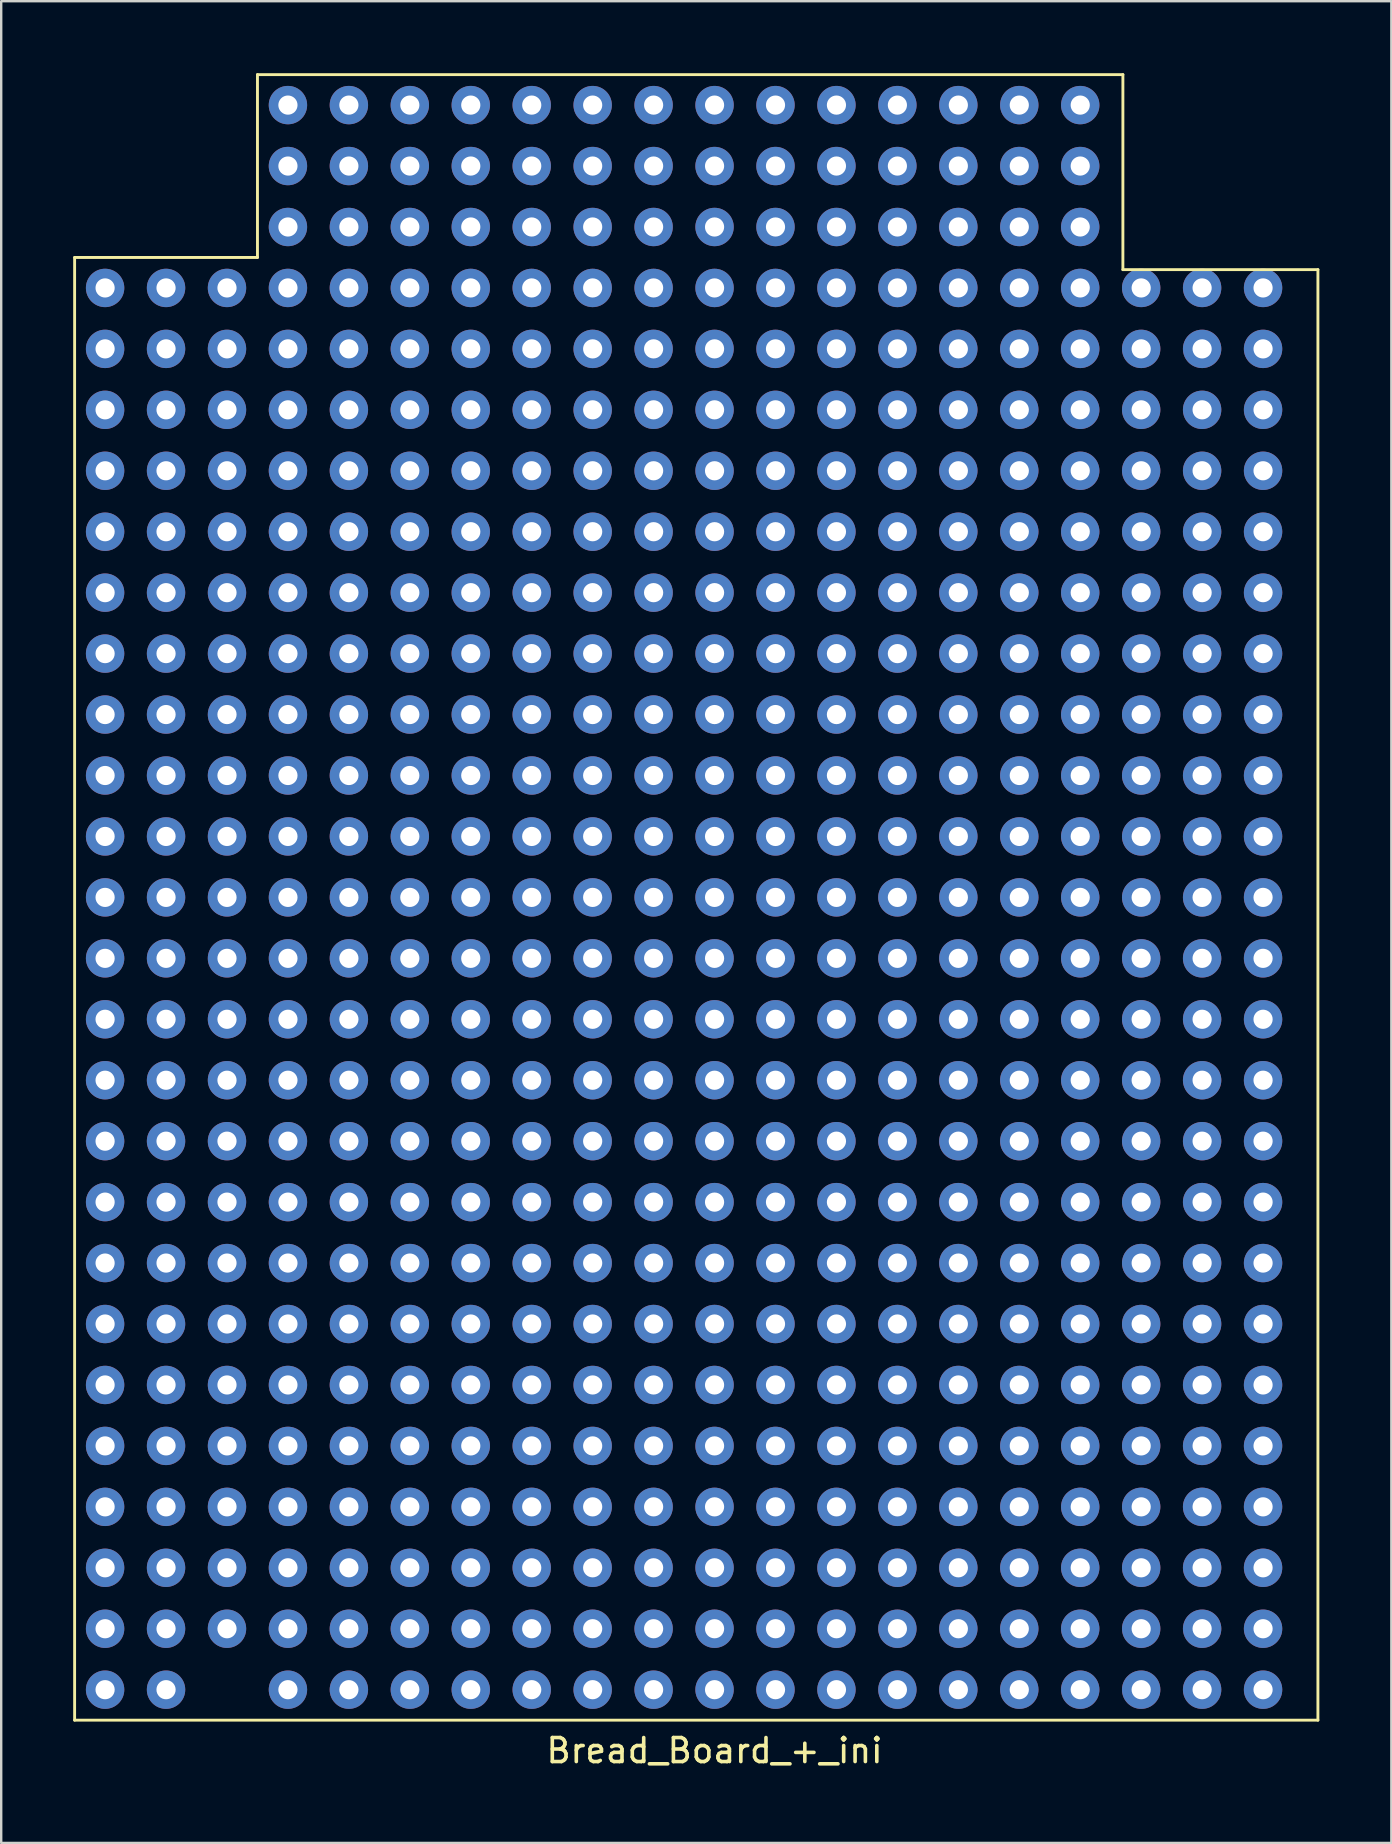
<source format=kicad_pcb>
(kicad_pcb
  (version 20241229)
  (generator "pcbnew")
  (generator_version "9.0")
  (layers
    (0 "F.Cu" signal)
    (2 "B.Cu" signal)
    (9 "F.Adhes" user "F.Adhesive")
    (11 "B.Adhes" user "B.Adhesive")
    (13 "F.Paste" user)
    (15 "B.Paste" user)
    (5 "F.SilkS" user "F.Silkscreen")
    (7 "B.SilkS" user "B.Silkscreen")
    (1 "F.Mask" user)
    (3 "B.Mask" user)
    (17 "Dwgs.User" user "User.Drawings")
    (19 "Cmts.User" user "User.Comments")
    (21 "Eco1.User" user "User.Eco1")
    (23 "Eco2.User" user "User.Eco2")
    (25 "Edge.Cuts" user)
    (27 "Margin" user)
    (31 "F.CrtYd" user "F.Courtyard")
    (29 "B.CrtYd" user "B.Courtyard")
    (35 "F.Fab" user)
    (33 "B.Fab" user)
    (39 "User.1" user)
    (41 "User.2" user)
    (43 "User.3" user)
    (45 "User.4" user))
  (footprint "Bread_Board_+_ini"
    (layer "F.Cu")
    (at 26.73 41.97)
    (property "Reference" "Bread_Board_+_ini" (at 0 27.94 0) (layer "F.SilkS") (effects (font (size 1 1) (thickness 0.15))))
    (attr through_hole)
    (fp_line (start -26.67 26.67) (end -26.67 -34.29) (stroke (width 0.12) (type solid)) (layer "F.SilkS"))
    (fp_line (start -19.05 -41.91) (end -19.05 -34.29) (stroke (width 0.12) (type solid)) (layer "F.SilkS"))
    (fp_line (start -19.05 -41.91) (end 17.018 -41.91) (stroke (width 0.12) (type solid)) (layer "F.SilkS"))
    (fp_line (start -19.05 -34.29) (end -26.67 -34.29) (stroke (width 0.12) (type solid)) (layer "F.SilkS"))
    (fp_line (start 17.018 -41.91) (end 17.018 -33.782) (stroke (width 0.12) (type solid)) (layer "F.SilkS"))
    (fp_line (start 17.018 -33.782) (end 25.146 -33.782) (stroke (width 0.12) (type solid)) (layer "F.SilkS"))
    (fp_line (start 25.146 -33.782) (end 25.146 26.67) (stroke (width 0.12) (type solid)) (layer "F.SilkS"))
    (fp_line (start 25.146 26.67) (end -26.67 26.67) (stroke (width 0.12) (type solid)) (layer "F.SilkS"))
    (pad "1" thru_hole circle (at -25.4 25.4) (size 1.6 1.6) (drill 0.8) (layers "*.Cu" "*.Mask"))
    (pad "2" thru_hole circle (at -25.4 22.86) (size 1.6 1.6) (drill 0.8) (layers "*.Cu" "*.Mask"))
    (pad "3" thru_hole circle (at -25.4 20.32) (size 1.6 1.6) (drill 0.8) (layers "*.Cu" "*.Mask"))
    (pad "4" thru_hole circle (at -25.4 17.78) (size 1.6 1.6) (drill 0.8) (layers "*.Cu" "*.Mask"))
    (pad "5" thru_hole circle (at -25.4 15.24) (size 1.6 1.6) (drill 0.8) (layers "*.Cu" "*.Mask"))
    (pad "6" thru_hole circle (at -25.4 12.7) (size 1.6 1.6) (drill 0.8) (layers "*.Cu" "*.Mask"))
    (pad "7" thru_hole circle (at -25.4 10.16) (size 1.6 1.6) (drill 0.8) (layers "*.Cu" "*.Mask"))
    (pad "8" thru_hole circle (at -25.4 7.62) (size 1.6 1.6) (drill 0.8) (layers "*.Cu" "*.Mask"))
    (pad "9" thru_hole circle (at -25.4 5.08) (size 1.6 1.6) (drill 0.8) (layers "*.Cu" "*.Mask"))
    (pad "10" thru_hole circle (at -25.4 2.54) (size 1.6 1.6) (drill 0.8) (layers "*.Cu" "*.Mask"))
    (pad "11" thru_hole circle (at -25.4 0) (size 1.6 1.6) (drill 0.8) (layers "*.Cu" "*.Mask"))
    (pad "12" thru_hole circle (at -25.4 -2.54) (size 1.6 1.6) (drill 0.8) (layers "*.Cu" "*.Mask"))
    (pad "13" thru_hole circle (at -25.4 -5.08) (size 1.6 1.6) (drill 0.8) (layers "*.Cu" "*.Mask"))
    (pad "14" thru_hole circle (at -25.4 -7.62) (size 1.6 1.6) (drill 0.8) (layers "*.Cu" "*.Mask"))
    (pad "15" thru_hole circle (at -25.4 -10.16) (size 1.6 1.6) (drill 0.8) (layers "*.Cu" "*.Mask"))
    (pad "16" thru_hole circle (at -25.4 -12.7) (size 1.6 1.6) (drill 0.8) (layers "*.Cu" "*.Mask"))
    (pad "17" thru_hole circle (at -25.4 -15.24) (size 1.6 1.6) (drill 0.8) (layers "*.Cu" "*.Mask"))
    (pad "18" thru_hole circle (at -25.4 -17.78) (size 1.6 1.6) (drill 0.8) (layers "*.Cu" "*.Mask"))
    (pad "19" thru_hole circle (at -25.4 -20.32) (size 1.6 1.6) (drill 0.8) (layers "*.Cu" "*.Mask"))
    (pad "20" thru_hole circle (at -25.4 -22.86) (size 1.6 1.6) (drill 0.8) (layers "*.Cu" "*.Mask"))
    (pad "21" thru_hole circle (at -25.4 -25.4) (size 1.6 1.6) (drill 0.8) (layers "*.Cu" "*.Mask"))
    (pad "22" thru_hole circle (at -25.4 -27.94) (size 1.6 1.6) (drill 0.8) (layers "*.Cu" "*.Mask"))
    (pad "23" thru_hole circle (at -25.4 -30.48) (size 1.6 1.6) (drill 0.8) (layers "*.Cu" "*.Mask"))
    (pad "24" thru_hole circle (at -25.4 -33.02) (size 1.6 1.6) (drill 0.8) (layers "*.Cu" "*.Mask"))
    (pad "31" thru_hole circle (at -22.86 -33.02) (size 1.6 1.6) (drill 0.8) (layers "*.Cu" "*.Mask"))
    (pad "32" thru_hole circle (at -22.86 -30.48) (size 1.6 1.6) (drill 0.8) (layers "*.Cu" "*.Mask"))
    (pad "33" thru_hole circle (at -22.86 -27.94) (size 1.6 1.6) (drill 0.8) (layers "*.Cu" "*.Mask"))
    (pad "34" thru_hole circle (at -22.86 -25.4) (size 1.6 1.6) (drill 0.8) (layers "*.Cu" "*.Mask"))
    (pad "35" thru_hole circle (at -22.86 -22.86) (size 1.6 1.6) (drill 0.8) (layers "*.Cu" "*.Mask"))
    (pad "36" thru_hole circle (at -22.86 -20.32) (size 1.6 1.6) (drill 0.8) (layers "*.Cu" "*.Mask"))
    (pad "37" thru_hole circle (at -22.86 -17.78) (size 1.6 1.6) (drill 0.8) (layers "*.Cu" "*.Mask"))
    (pad "38" thru_hole circle (at -22.86 -15.24) (size 1.6 1.6) (drill 0.8) (layers "*.Cu" "*.Mask"))
    (pad "39" thru_hole circle (at -22.86 -12.7) (size 1.6 1.6) (drill 0.8) (layers "*.Cu" "*.Mask"))
    (pad "40" thru_hole circle (at -22.86 -10.16) (size 1.6 1.6) (drill 0.8) (layers "*.Cu" "*.Mask"))
    (pad "41" thru_hole circle (at -22.86 -7.62) (size 1.6 1.6) (drill 0.8) (layers "*.Cu" "*.Mask"))
    (pad "42" thru_hole circle (at -22.86 -5.08) (size 1.6 1.6) (drill 0.8) (layers "*.Cu" "*.Mask"))
    (pad "43" thru_hole circle (at -22.86 -2.54) (size 1.6 1.6) (drill 0.8) (layers "*.Cu" "*.Mask"))
    (pad "44" thru_hole circle (at -22.86 0) (size 1.6 1.6) (drill 0.8) (layers "*.Cu" "*.Mask"))
    (pad "45" thru_hole circle (at -22.86 2.54) (size 1.6 1.6) (drill 0.8) (layers "*.Cu" "*.Mask"))
    (pad "46" thru_hole circle (at -22.86 5.08) (size 1.6 1.6) (drill 0.8) (layers "*.Cu" "*.Mask"))
    (pad "47" thru_hole circle (at -22.86 7.62) (size 1.6 1.6) (drill 0.8) (layers "*.Cu" "*.Mask"))
    (pad "48" thru_hole circle (at -22.86 10.16) (size 1.6 1.6) (drill 0.8) (layers "*.Cu" "*.Mask"))
    (pad "49" thru_hole circle (at -22.86 12.7) (size 1.6 1.6) (drill 0.8) (layers "*.Cu" "*.Mask"))
    (pad "50" thru_hole circle (at -22.86 15.24) (size 1.6 1.6) (drill 0.8) (layers "*.Cu" "*.Mask"))
    (pad "51" thru_hole circle (at -22.86 17.78) (size 1.6 1.6) (drill 0.8) (layers "*.Cu" "*.Mask"))
    (pad "52" thru_hole circle (at -22.86 20.32) (size 1.6 1.6) (drill 0.8) (layers "*.Cu" "*.Mask"))
    (pad "53" thru_hole circle (at -22.86 22.86) (size 1.6 1.6) (drill 0.8) (layers "*.Cu" "*.Mask"))
    (pad "54" thru_hole circle (at -22.86 25.4) (size 1.6 1.6) (drill 0.8) (layers "*.Cu" "*.Mask"))
    (pad "56" thru_hole circle (at -20.32 22.86) (size 1.6 1.6) (drill 0.8) (layers "*.Cu" "*.Mask"))
    (pad "57" thru_hole circle (at -20.32 20.32) (size 1.6 1.6) (drill 0.8) (layers "*.Cu" "*.Mask"))
    (pad "58" thru_hole circle (at -20.32 17.78) (size 1.6 1.6) (drill 0.8) (layers "*.Cu" "*.Mask"))
    (pad "59" thru_hole circle (at -20.32 15.24) (size 1.6 1.6) (drill 0.8) (layers "*.Cu" "*.Mask"))
    (pad "60" thru_hole circle (at -20.32 12.7) (size 1.6 1.6) (drill 0.8) (layers "*.Cu" "*.Mask"))
    (pad "61" thru_hole circle (at -20.32 10.16) (size 1.6 1.6) (drill 0.8) (layers "*.Cu" "*.Mask"))
    (pad "62" thru_hole circle (at -20.32 7.62) (size 1.6 1.6) (drill 0.8) (layers "*.Cu" "*.Mask"))
    (pad "63" thru_hole circle (at -20.32 5.08) (size 1.6 1.6) (drill 0.8) (layers "*.Cu" "*.Mask"))
    (pad "64" thru_hole circle (at -20.32 2.54) (size 1.6 1.6) (drill 0.8) (layers "*.Cu" "*.Mask"))
    (pad "65" thru_hole circle (at -20.32 0) (size 1.6 1.6) (drill 0.8) (layers "*.Cu" "*.Mask"))
    (pad "66" thru_hole circle (at -20.32 -2.54) (size 1.6 1.6) (drill 0.8) (layers "*.Cu" "*.Mask"))
    (pad "67" thru_hole circle (at -20.32 -5.08) (size 1.6 1.6) (drill 0.8) (layers "*.Cu" "*.Mask"))
    (pad "68" thru_hole circle (at -20.32 -7.62) (size 1.6 1.6) (drill 0.8) (layers "*.Cu" "*.Mask"))
    (pad "69" thru_hole circle (at -20.32 -10.16) (size 1.6 1.6) (drill 0.8) (layers "*.Cu" "*.Mask"))
    (pad "70" thru_hole circle (at -20.32 -12.7) (size 1.6 1.6) (drill 0.8) (layers "*.Cu" "*.Mask"))
    (pad "71" thru_hole circle (at -20.32 -15.24) (size 1.6 1.6) (drill 0.8) (layers "*.Cu" "*.Mask"))
    (pad "72" thru_hole circle (at -20.32 -17.78) (size 1.6 1.6) (drill 0.8) (layers "*.Cu" "*.Mask"))
    (pad "73" thru_hole circle (at -20.32 -20.32) (size 1.6 1.6) (drill 0.8) (layers "*.Cu" "*.Mask"))
    (pad "74" thru_hole circle (at -20.32 -22.86) (size 1.6 1.6) (drill 0.8) (layers "*.Cu" "*.Mask"))
    (pad "75" thru_hole circle (at -20.32 -25.4) (size 1.6 1.6) (drill 0.8) (layers "*.Cu" "*.Mask"))
    (pad "76" thru_hole circle (at -20.32 -27.94) (size 1.6 1.6) (drill 0.8) (layers "*.Cu" "*.Mask"))
    (pad "77" thru_hole circle (at -20.32 -30.48) (size 1.6 1.6) (drill 0.8) (layers "*.Cu" "*.Mask"))
    (pad "78" thru_hole circle (at -20.32 -33.02) (size 1.6 1.6) (drill 0.8) (layers "*.Cu" "*.Mask"))
    (pad "82" thru_hole circle (at -17.78 -40.64) (size 1.6 1.6) (drill 0.8) (layers "*.Cu" "*.Mask"))
    (pad "83" thru_hole circle (at -17.78 -38.1) (size 1.6 1.6) (drill 0.8) (layers "*.Cu" "*.Mask"))
    (pad "84" thru_hole circle (at -17.78 -35.56) (size 1.6 1.6) (drill 0.8) (layers "*.Cu" "*.Mask"))
    (pad "85" thru_hole circle (at -17.78 -33.02) (size 1.6 1.6) (drill 0.8) (layers "*.Cu" "*.Mask"))
    (pad "86" thru_hole circle (at -17.78 -30.48) (size 1.6 1.6) (drill 0.8) (layers "*.Cu" "*.Mask"))
    (pad "87" thru_hole circle (at -17.78 -27.94) (size 1.6 1.6) (drill 0.8) (layers "*.Cu" "*.Mask"))
    (pad "88" thru_hole circle (at -17.78 -25.4) (size 1.6 1.6) (drill 0.8) (layers "*.Cu" "*.Mask"))
    (pad "89" thru_hole circle (at -17.78 -22.86) (size 1.6 1.6) (drill 0.8) (layers "*.Cu" "*.Mask"))
    (pad "90" thru_hole circle (at -17.78 -20.32) (size 1.6 1.6) (drill 0.8) (layers "*.Cu" "*.Mask"))
    (pad "91" thru_hole circle (at -17.78 -17.78) (size 1.6 1.6) (drill 0.8) (layers "*.Cu" "*.Mask"))
    (pad "92" thru_hole circle (at -17.78 -15.24) (size 1.6 1.6) (drill 0.8) (layers "*.Cu" "*.Mask"))
    (pad "93" thru_hole circle (at -17.78 -12.7) (size 1.6 1.6) (drill 0.8) (layers "*.Cu" "*.Mask"))
    (pad "94" thru_hole circle (at -17.78 -10.16) (size 1.6 1.6) (drill 0.8) (layers "*.Cu" "*.Mask"))
    (pad "95" thru_hole circle (at -17.78 -7.62) (size 1.6 1.6) (drill 0.8) (layers "*.Cu" "*.Mask"))
    (pad "96" thru_hole circle (at -17.78 -5.08) (size 1.6 1.6) (drill 0.8) (layers "*.Cu" "*.Mask"))
    (pad "97" thru_hole circle (at -17.78 -2.54) (size 1.6 1.6) (drill 0.8) (layers "*.Cu" "*.Mask"))
    (pad "98" thru_hole circle (at -17.78 0) (size 1.6 1.6) (drill 0.8) (layers "*.Cu" "*.Mask"))
    (pad "99" thru_hole circle (at -17.78 2.54) (size 1.6 1.6) (drill 0.8) (layers "*.Cu" "*.Mask"))
    (pad "100" thru_hole circle (at -17.78 5.08) (size 1.6 1.6) (drill 0.8) (layers "*.Cu" "*.Mask"))
    (pad "101" thru_hole circle (at -17.78 7.62) (size 1.6 1.6) (drill 0.8) (layers "*.Cu" "*.Mask"))
    (pad "102" thru_hole circle (at -17.78 10.16) (size 1.6 1.6) (drill 0.8) (layers "*.Cu" "*.Mask"))
    (pad "103" thru_hole circle (at -17.78 12.7) (size 1.6 1.6) (drill 0.8) (layers "*.Cu" "*.Mask"))
    (pad "104" thru_hole circle (at -17.78 15.24) (size 1.6 1.6) (drill 0.8) (layers "*.Cu" "*.Mask"))
    (pad "105" thru_hole circle (at -17.78 17.78) (size 1.6 1.6) (drill 0.8) (layers "*.Cu" "*.Mask"))
    (pad "106" thru_hole circle (at -17.78 20.32) (size 1.6 1.6) (drill 0.8) (layers "*.Cu" "*.Mask"))
    (pad "107" thru_hole circle (at -17.78 22.86) (size 1.6 1.6) (drill 0.8) (layers "*.Cu" "*.Mask"))
    (pad "108" thru_hole circle (at -17.78 25.4) (size 1.6 1.6) (drill 0.8) (layers "*.Cu" "*.Mask"))
    (pad "109" thru_hole circle (at -15.24 25.4) (size 1.6 1.6) (drill 0.8) (layers "*.Cu" "*.Mask"))
    (pad "110" thru_hole circle (at -15.24 22.86) (size 1.6 1.6) (drill 0.8) (layers "*.Cu" "*.Mask"))
    (pad "111" thru_hole circle (at -15.24 20.32) (size 1.6 1.6) (drill 0.8) (layers "*.Cu" "*.Mask"))
    (pad "112" thru_hole circle (at -15.24 17.78) (size 1.6 1.6) (drill 0.8) (layers "*.Cu" "*.Mask"))
    (pad "113" thru_hole circle (at -15.24 15.24) (size 1.6 1.6) (drill 0.8) (layers "*.Cu" "*.Mask"))
    (pad "114" thru_hole circle (at -15.24 12.7) (size 1.6 1.6) (drill 0.8) (layers "*.Cu" "*.Mask"))
    (pad "115" thru_hole circle (at -15.24 10.16) (size 1.6 1.6) (drill 0.8) (layers "*.Cu" "*.Mask"))
    (pad "116" thru_hole circle (at -15.24 7.62) (size 1.6 1.6) (drill 0.8) (layers "*.Cu" "*.Mask"))
    (pad "117" thru_hole circle (at -15.24 5.08) (size 1.6 1.6) (drill 0.8) (layers "*.Cu" "*.Mask"))
    (pad "118" thru_hole circle (at -15.24 2.54) (size 1.6 1.6) (drill 0.8) (layers "*.Cu" "*.Mask"))
    (pad "119" thru_hole circle (at -15.24 0) (size 1.6 1.6) (drill 0.8) (layers "*.Cu" "*.Mask"))
    (pad "120" thru_hole circle (at -15.24 -2.54) (size 1.6 1.6) (drill 0.8) (layers "*.Cu" "*.Mask"))
    (pad "121" thru_hole circle (at -15.24 -5.08) (size 1.6 1.6) (drill 0.8) (layers "*.Cu" "*.Mask"))
    (pad "122" thru_hole circle (at -15.24 -7.62) (size 1.6 1.6) (drill 0.8) (layers "*.Cu" "*.Mask"))
    (pad "123" thru_hole circle (at -15.24 -10.16) (size 1.6 1.6) (drill 0.8) (layers "*.Cu" "*.Mask"))
    (pad "124" thru_hole circle (at -15.24 -12.7) (size 1.6 1.6) (drill 0.8) (layers "*.Cu" "*.Mask"))
    (pad "125" thru_hole circle (at -15.24 -15.24) (size 1.6 1.6) (drill 0.8) (layers "*.Cu" "*.Mask"))
    (pad "126" thru_hole circle (at -15.24 -17.78) (size 1.6 1.6) (drill 0.8) (layers "*.Cu" "*.Mask"))
    (pad "127" thru_hole circle (at -15.24 -20.32) (size 1.6 1.6) (drill 0.8) (layers "*.Cu" "*.Mask"))
    (pad "128" thru_hole circle (at -15.24 -22.86) (size 1.6 1.6) (drill 0.8) (layers "*.Cu" "*.Mask"))
    (pad "129" thru_hole circle (at -15.24 -25.4) (size 1.6 1.6) (drill 0.8) (layers "*.Cu" "*.Mask"))
    (pad "130" thru_hole circle (at -15.24 -27.94) (size 1.6 1.6) (drill 0.8) (layers "*.Cu" "*.Mask"))
    (pad "131" thru_hole circle (at -15.24 -30.48) (size 1.6 1.6) (drill 0.8) (layers "*.Cu" "*.Mask"))
    (pad "132" thru_hole circle (at -15.24 -33.02) (size 1.6 1.6) (drill 0.8) (layers "*.Cu" "*.Mask"))
    (pad "133" thru_hole circle (at -15.24 -35.56) (size 1.6 1.6) (drill 0.8) (layers "*.Cu" "*.Mask"))
    (pad "134" thru_hole circle (at -15.24 -38.1) (size 1.6 1.6) (drill 0.8) (layers "*.Cu" "*.Mask"))
    (pad "135" thru_hole circle (at -15.24 -40.64) (size 1.6 1.6) (drill 0.8) (layers "*.Cu" "*.Mask"))
    (pad "136" thru_hole circle (at -12.7 -40.64) (size 1.6 1.6) (drill 0.8) (layers "*.Cu" "*.Mask"))
    (pad "137" thru_hole circle (at -12.7 -38.1) (size 1.6 1.6) (drill 0.8) (layers "*.Cu" "*.Mask"))
    (pad "138" thru_hole circle (at -12.7 -35.56) (size 1.6 1.6) (drill 0.8) (layers "*.Cu" "*.Mask"))
    (pad "139" thru_hole circle (at -12.7 -33.02) (size 1.6 1.6) (drill 0.8) (layers "*.Cu" "*.Mask"))
    (pad "140" thru_hole circle (at -12.7 -30.48) (size 1.6 1.6) (drill 0.8) (layers "*.Cu" "*.Mask"))
    (pad "141" thru_hole circle (at -12.7 -27.94) (size 1.6 1.6) (drill 0.8) (layers "*.Cu" "*.Mask"))
    (pad "142" thru_hole circle (at -12.7 -25.4) (size 1.6 1.6) (drill 0.8) (layers "*.Cu" "*.Mask"))
    (pad "143" thru_hole circle (at -12.7 -22.86) (size 1.6 1.6) (drill 0.8) (layers "*.Cu" "*.Mask"))
    (pad "144" thru_hole circle (at -12.7 -20.32) (size 1.6 1.6) (drill 0.8) (layers "*.Cu" "*.Mask"))
    (pad "145" thru_hole circle (at -12.7 -17.78) (size 1.6 1.6) (drill 0.8) (layers "*.Cu" "*.Mask"))
    (pad "146" thru_hole circle (at -12.7 -15.24) (size 1.6 1.6) (drill 0.8) (layers "*.Cu" "*.Mask"))
    (pad "147" thru_hole circle (at -12.7 -12.7) (size 1.6 1.6) (drill 0.8) (layers "*.Cu" "*.Mask"))
    (pad "148" thru_hole circle (at -12.7 -10.16) (size 1.6 1.6) (drill 0.8) (layers "*.Cu" "*.Mask"))
    (pad "149" thru_hole circle (at -12.7 -7.62) (size 1.6 1.6) (drill 0.8) (layers "*.Cu" "*.Mask"))
    (pad "150" thru_hole circle (at -12.7 -5.08) (size 1.6 1.6) (drill 0.8) (layers "*.Cu" "*.Mask"))
    (pad "151" thru_hole circle (at -12.7 -2.54) (size 1.6 1.6) (drill 0.8) (layers "*.Cu" "*.Mask"))
    (pad "152" thru_hole circle (at -12.7 0) (size 1.6 1.6) (drill 0.8) (layers "*.Cu" "*.Mask"))
    (pad "153" thru_hole circle (at -12.7 2.54) (size 1.6 1.6) (drill 0.8) (layers "*.Cu" "*.Mask"))
    (pad "154" thru_hole circle (at -12.7 5.08) (size 1.6 1.6) (drill 0.8) (layers "*.Cu" "*.Mask"))
    (pad "155" thru_hole circle (at -12.7 7.62) (size 1.6 1.6) (drill 0.8) (layers "*.Cu" "*.Mask"))
    (pad "156" thru_hole circle (at -12.7 10.16) (size 1.6 1.6) (drill 0.8) (layers "*.Cu" "*.Mask"))
    (pad "157" thru_hole circle (at -12.7 12.7) (size 1.6 1.6) (drill 0.8) (layers "*.Cu" "*.Mask"))
    (pad "158" thru_hole circle (at -12.7 15.24) (size 1.6 1.6) (drill 0.8) (layers "*.Cu" "*.Mask"))
    (pad "159" thru_hole circle (at -12.7 17.78) (size 1.6 1.6) (drill 0.8) (layers "*.Cu" "*.Mask"))
    (pad "160" thru_hole circle (at -12.7 20.32) (size 1.6 1.6) (drill 0.8) (layers "*.Cu" "*.Mask"))
    (pad "161" thru_hole circle (at -12.7 22.86) (size 1.6 1.6) (drill 0.8) (layers "*.Cu" "*.Mask"))
    (pad "162" thru_hole circle (at -12.7 25.4) (size 1.6 1.6) (drill 0.8) (layers "*.Cu" "*.Mask"))
    (pad "163" thru_hole circle (at -10.16 25.4) (size 1.6 1.6) (drill 0.8) (layers "*.Cu" "*.Mask"))
    (pad "164" thru_hole circle (at -10.16 22.86) (size 1.6 1.6) (drill 0.8) (layers "*.Cu" "*.Mask"))
    (pad "165" thru_hole circle (at -10.16 20.32) (size 1.6 1.6) (drill 0.8) (layers "*.Cu" "*.Mask"))
    (pad "166" thru_hole circle (at -10.16 17.78) (size 1.6 1.6) (drill 0.8) (layers "*.Cu" "*.Mask"))
    (pad "167" thru_hole circle (at -10.16 15.24) (size 1.6 1.6) (drill 0.8) (layers "*.Cu" "*.Mask"))
    (pad "168" thru_hole circle (at -10.16 12.7) (size 1.6 1.6) (drill 0.8) (layers "*.Cu" "*.Mask"))
    (pad "169" thru_hole circle (at -10.16 10.16) (size 1.6 1.6) (drill 0.8) (layers "*.Cu" "*.Mask"))
    (pad "170" thru_hole circle (at -10.16 7.62) (size 1.6 1.6) (drill 0.8) (layers "*.Cu" "*.Mask"))
    (pad "171" thru_hole circle (at -10.16 5.08) (size 1.6 1.6) (drill 0.8) (layers "*.Cu" "*.Mask"))
    (pad "172" thru_hole circle (at -10.16 2.54) (size 1.6 1.6) (drill 0.8) (layers "*.Cu" "*.Mask"))
    (pad "173" thru_hole circle (at -10.16 0) (size 1.6 1.6) (drill 0.8) (layers "*.Cu" "*.Mask"))
    (pad "174" thru_hole circle (at -10.16 -2.54) (size 1.6 1.6) (drill 0.8) (layers "*.Cu" "*.Mask"))
    (pad "175" thru_hole circle (at -10.16 -5.08) (size 1.6 1.6) (drill 0.8) (layers "*.Cu" "*.Mask"))
    (pad "176" thru_hole circle (at -10.16 -7.62) (size 1.6 1.6) (drill 0.8) (layers "*.Cu" "*.Mask"))
    (pad "177" thru_hole circle (at -10.16 -10.16) (size 1.6 1.6) (drill 0.8) (layers "*.Cu" "*.Mask"))
    (pad "178" thru_hole circle (at -10.16 -12.7) (size 1.6 1.6) (drill 0.8) (layers "*.Cu" "*.Mask"))
    (pad "179" thru_hole circle (at -10.16 -15.24) (size 1.6 1.6) (drill 0.8) (layers "*.Cu" "*.Mask"))
    (pad "180" thru_hole circle (at -10.16 -17.78) (size 1.6 1.6) (drill 0.8) (layers "*.Cu" "*.Mask"))
    (pad "181" thru_hole circle (at -10.16 -20.32) (size 1.6 1.6) (drill 0.8) (layers "*.Cu" "*.Mask"))
    (pad "182" thru_hole circle (at -10.16 -22.86) (size 1.6 1.6) (drill 0.8) (layers "*.Cu" "*.Mask"))
    (pad "183" thru_hole circle (at -10.16 -25.4) (size 1.6 1.6) (drill 0.8) (layers "*.Cu" "*.Mask"))
    (pad "184" thru_hole circle (at -10.16 -27.94) (size 1.6 1.6) (drill 0.8) (layers "*.Cu" "*.Mask"))
    (pad "185" thru_hole circle (at -10.16 -30.48) (size 1.6 1.6) (drill 0.8) (layers "*.Cu" "*.Mask"))
    (pad "186" thru_hole circle (at -10.16 -33.02) (size 1.6 1.6) (drill 0.8) (layers "*.Cu" "*.Mask"))
    (pad "187" thru_hole circle (at -10.16 -35.56) (size 1.6 1.6) (drill 0.8) (layers "*.Cu" "*.Mask"))
    (pad "188" thru_hole circle (at -10.16 -38.1) (size 1.6 1.6) (drill 0.8) (layers "*.Cu" "*.Mask"))
    (pad "189" thru_hole circle (at -10.16 -40.64) (size 1.6 1.6) (drill 0.8) (layers "*.Cu" "*.Mask"))
    (pad "190" thru_hole circle (at -7.62 -40.64) (size 1.6 1.6) (drill 0.8) (layers "*.Cu" "*.Mask"))
    (pad "191" thru_hole circle (at -7.62 -38.1) (size 1.6 1.6) (drill 0.8) (layers "*.Cu" "*.Mask"))
    (pad "192" thru_hole circle (at -7.62 -35.56) (size 1.6 1.6) (drill 0.8) (layers "*.Cu" "*.Mask"))
    (pad "193" thru_hole circle (at -7.62 -33.02) (size 1.6 1.6) (drill 0.8) (layers "*.Cu" "*.Mask"))
    (pad "194" thru_hole circle (at -7.62 -30.48) (size 1.6 1.6) (drill 0.8) (layers "*.Cu" "*.Mask"))
    (pad "195" thru_hole circle (at -7.62 -27.94) (size 1.6 1.6) (drill 0.8) (layers "*.Cu" "*.Mask"))
    (pad "196" thru_hole circle (at -7.62 -25.4) (size 1.6 1.6) (drill 0.8) (layers "*.Cu" "*.Mask"))
    (pad "197" thru_hole circle (at -7.62 -22.86) (size 1.6 1.6) (drill 0.8) (layers "*.Cu" "*.Mask"))
    (pad "198" thru_hole circle (at -7.62 -20.32) (size 1.6 1.6) (drill 0.8) (layers "*.Cu" "*.Mask"))
    (pad "199" thru_hole circle (at -7.62 -17.78) (size 1.6 1.6) (drill 0.8) (layers "*.Cu" "*.Mask"))
    (pad "200" thru_hole circle (at -7.62 -15.24) (size 1.6 1.6) (drill 0.8) (layers "*.Cu" "*.Mask"))
    (pad "201" thru_hole circle (at -7.62 -12.7) (size 1.6 1.6) (drill 0.8) (layers "*.Cu" "*.Mask"))
    (pad "202" thru_hole circle (at -7.62 -10.16) (size 1.6 1.6) (drill 0.8) (layers "*.Cu" "*.Mask"))
    (pad "203" thru_hole circle (at -7.62 -7.62) (size 1.6 1.6) (drill 0.8) (layers "*.Cu" "*.Mask"))
    (pad "204" thru_hole circle (at -7.62 -5.08) (size 1.6 1.6) (drill 0.8) (layers "*.Cu" "*.Mask"))
    (pad "205" thru_hole circle (at -7.62 -2.54) (size 1.6 1.6) (drill 0.8) (layers "*.Cu" "*.Mask"))
    (pad "206" thru_hole circle (at -7.62 0) (size 1.6 1.6) (drill 0.8) (layers "*.Cu" "*.Mask"))
    (pad "207" thru_hole circle (at -7.62 2.54) (size 1.6 1.6) (drill 0.8) (layers "*.Cu" "*.Mask"))
    (pad "208" thru_hole circle (at -7.62 5.08) (size 1.6 1.6) (drill 0.8) (layers "*.Cu" "*.Mask"))
    (pad "209" thru_hole circle (at -7.62 7.62) (size 1.6 1.6) (drill 0.8) (layers "*.Cu" "*.Mask"))
    (pad "210" thru_hole circle (at -7.62 10.16) (size 1.6 1.6) (drill 0.8) (layers "*.Cu" "*.Mask"))
    (pad "211" thru_hole circle (at -7.62 12.7) (size 1.6 1.6) (drill 0.8) (layers "*.Cu" "*.Mask"))
    (pad "212" thru_hole circle (at -7.62 15.24) (size 1.6 1.6) (drill 0.8) (layers "*.Cu" "*.Mask"))
    (pad "213" thru_hole circle (at -7.62 17.78) (size 1.6 1.6) (drill 0.8) (layers "*.Cu" "*.Mask"))
    (pad "214" thru_hole circle (at -7.62 20.32) (size 1.6 1.6) (drill 0.8) (layers "*.Cu" "*.Mask"))
    (pad "215" thru_hole circle (at -7.62 22.86) (size 1.6 1.6) (drill 0.8) (layers "*.Cu" "*.Mask"))
    (pad "216" thru_hole circle (at -7.62 25.4) (size 1.6 1.6) (drill 0.8) (layers "*.Cu" "*.Mask"))
    (pad "217" thru_hole circle (at -5.08 25.4) (size 1.6 1.6) (drill 0.8) (layers "*.Cu" "*.Mask"))
    (pad "218" thru_hole circle (at -5.08 22.86) (size 1.6 1.6) (drill 0.8) (layers "*.Cu" "*.Mask"))
    (pad "219" thru_hole circle (at -5.08 20.32) (size 1.6 1.6) (drill 0.8) (layers "*.Cu" "*.Mask"))
    (pad "220" thru_hole circle (at -5.08 17.78) (size 1.6 1.6) (drill 0.8) (layers "*.Cu" "*.Mask"))
    (pad "221" thru_hole circle (at -5.08 15.24) (size 1.6 1.6) (drill 0.8) (layers "*.Cu" "*.Mask"))
    (pad "222" thru_hole circle (at -5.08 12.7) (size 1.6 1.6) (drill 0.8) (layers "*.Cu" "*.Mask"))
    (pad "223" thru_hole circle (at -5.08 10.16) (size 1.6 1.6) (drill 0.8) (layers "*.Cu" "*.Mask"))
    (pad "224" thru_hole circle (at -5.08 7.62) (size 1.6 1.6) (drill 0.8) (layers "*.Cu" "*.Mask"))
    (pad "225" thru_hole circle (at -5.08 5.08) (size 1.6 1.6) (drill 0.8) (layers "*.Cu" "*.Mask"))
    (pad "226" thru_hole circle (at -5.08 2.54) (size 1.6 1.6) (drill 0.8) (layers "*.Cu" "*.Mask"))
    (pad "227" thru_hole circle (at -5.08 0) (size 1.6 1.6) (drill 0.8) (layers "*.Cu" "*.Mask"))
    (pad "228" thru_hole circle (at -5.08 -2.54) (size 1.6 1.6) (drill 0.8) (layers "*.Cu" "*.Mask"))
    (pad "229" thru_hole circle (at -5.08 -5.08) (size 1.6 1.6) (drill 0.8) (layers "*.Cu" "*.Mask"))
    (pad "230" thru_hole circle (at -5.08 -7.62) (size 1.6 1.6) (drill 0.8) (layers "*.Cu" "*.Mask"))
    (pad "231" thru_hole circle (at -5.08 -10.16) (size 1.6 1.6) (drill 0.8) (layers "*.Cu" "*.Mask"))
    (pad "232" thru_hole circle (at -5.08 -12.7) (size 1.6 1.6) (drill 0.8) (layers "*.Cu" "*.Mask"))
    (pad "233" thru_hole circle (at -5.08 -15.24) (size 1.6 1.6) (drill 0.8) (layers "*.Cu" "*.Mask"))
    (pad "234" thru_hole circle (at -5.08 -17.78) (size 1.6 1.6) (drill 0.8) (layers "*.Cu" "*.Mask"))
    (pad "235" thru_hole circle (at -5.08 -20.32) (size 1.6 1.6) (drill 0.8) (layers "*.Cu" "*.Mask"))
    (pad "236" thru_hole circle (at -5.08 -22.86) (size 1.6 1.6) (drill 0.8) (layers "*.Cu" "*.Mask"))
    (pad "237" thru_hole circle (at -5.08 -25.4) (size 1.6 1.6) (drill 0.8) (layers "*.Cu" "*.Mask"))
    (pad "238" thru_hole circle (at -5.08 -27.94) (size 1.6 1.6) (drill 0.8) (layers "*.Cu" "*.Mask"))
    (pad "239" thru_hole circle (at -5.08 -30.48) (size 1.6 1.6) (drill 0.8) (layers "*.Cu" "*.Mask"))
    (pad "240" thru_hole circle (at -5.08 -33.02) (size 1.6 1.6) (drill 0.8) (layers "*.Cu" "*.Mask"))
    (pad "241" thru_hole circle (at -5.08 -35.56) (size 1.6 1.6) (drill 0.8) (layers "*.Cu" "*.Mask"))
    (pad "242" thru_hole circle (at -5.08 -38.1) (size 1.6 1.6) (drill 0.8) (layers "*.Cu" "*.Mask"))
    (pad "243" thru_hole circle (at -5.08 -40.64) (size 1.6 1.6) (drill 0.8) (layers "*.Cu" "*.Mask"))
    (pad "244" thru_hole circle (at -2.54 -40.64) (size 1.6 1.6) (drill 0.8) (layers "*.Cu" "*.Mask"))
    (pad "245" thru_hole circle (at -2.54 -38.1) (size 1.6 1.6) (drill 0.8) (layers "*.Cu" "*.Mask"))
    (pad "246" thru_hole circle (at -2.54 -35.56) (size 1.6 1.6) (drill 0.8) (layers "*.Cu" "*.Mask"))
    (pad "247" thru_hole circle (at -2.54 -33.02) (size 1.6 1.6) (drill 0.8) (layers "*.Cu" "*.Mask"))
    (pad "248" thru_hole circle (at -2.54 -30.48) (size 1.6 1.6) (drill 0.8) (layers "*.Cu" "*.Mask"))
    (pad "249" thru_hole circle (at -2.54 -27.94) (size 1.6 1.6) (drill 0.8) (layers "*.Cu" "*.Mask"))
    (pad "250" thru_hole circle (at -2.54 -25.4) (size 1.6 1.6) (drill 0.8) (layers "*.Cu" "*.Mask"))
    (pad "251" thru_hole circle (at -2.54 -22.86) (size 1.6 1.6) (drill 0.8) (layers "*.Cu" "*.Mask"))
    (pad "252" thru_hole circle (at -2.54 -20.32) (size 1.6 1.6) (drill 0.8) (layers "*.Cu" "*.Mask"))
    (pad "253" thru_hole circle (at -2.54 -17.78) (size 1.6 1.6) (drill 0.8) (layers "*.Cu" "*.Mask"))
    (pad "254" thru_hole circle (at -2.54 -15.24) (size 1.6 1.6) (drill 0.8) (layers "*.Cu" "*.Mask"))
    (pad "255" thru_hole circle (at -2.54 -12.7) (size 1.6 1.6) (drill 0.8) (layers "*.Cu" "*.Mask"))
    (pad "256" thru_hole circle (at -2.54 -10.16) (size 1.6 1.6) (drill 0.8) (layers "*.Cu" "*.Mask"))
    (pad "257" thru_hole circle (at -2.54 -7.62) (size 1.6 1.6) (drill 0.8) (layers "*.Cu" "*.Mask"))
    (pad "258" thru_hole circle (at -2.54 -5.08) (size 1.6 1.6) (drill 0.8) (layers "*.Cu" "*.Mask"))
    (pad "259" thru_hole circle (at -2.54 -2.54) (size 1.6 1.6) (drill 0.8) (layers "*.Cu" "*.Mask"))
    (pad "260" thru_hole circle (at -2.54 0) (size 1.6 1.6) (drill 0.8) (layers "*.Cu" "*.Mask"))
    (pad "261" thru_hole circle (at -2.54 2.54) (size 1.6 1.6) (drill 0.8) (layers "*.Cu" "*.Mask"))
    (pad "262" thru_hole circle (at -2.54 5.08) (size 1.6 1.6) (drill 0.8) (layers "*.Cu" "*.Mask"))
    (pad "263" thru_hole circle (at -2.54 7.62) (size 1.6 1.6) (drill 0.8) (layers "*.Cu" "*.Mask"))
    (pad "264" thru_hole circle (at -2.54 10.16) (size 1.6 1.6) (drill 0.8) (layers "*.Cu" "*.Mask"))
    (pad "265" thru_hole circle (at -2.54 12.7) (size 1.6 1.6) (drill 0.8) (layers "*.Cu" "*.Mask"))
    (pad "266" thru_hole circle (at -2.54 15.24) (size 1.6 1.6) (drill 0.8) (layers "*.Cu" "*.Mask"))
    (pad "267" thru_hole circle (at -2.54 17.78) (size 1.6 1.6) (drill 0.8) (layers "*.Cu" "*.Mask"))
    (pad "268" thru_hole circle (at -2.54 20.32) (size 1.6 1.6) (drill 0.8) (layers "*.Cu" "*.Mask"))
    (pad "269" thru_hole circle (at -2.54 22.86) (size 1.6 1.6) (drill 0.8) (layers "*.Cu" "*.Mask"))
    (pad "270" thru_hole circle (at -2.54 25.4) (size 1.6 1.6) (drill 0.8) (layers "*.Cu" "*.Mask"))
    (pad "271" thru_hole circle (at 0 25.4) (size 1.6 1.6) (drill 0.8) (layers "*.Cu" "*.Mask"))
    (pad "272" thru_hole circle (at 0 22.86) (size 1.6 1.6) (drill 0.8) (layers "*.Cu" "*.Mask"))
    (pad "273" thru_hole circle (at 0 20.32) (size 1.6 1.6) (drill 0.8) (layers "*.Cu" "*.Mask"))
    (pad "274" thru_hole circle (at 0 17.78) (size 1.6 1.6) (drill 0.8) (layers "*.Cu" "*.Mask"))
    (pad "275" thru_hole circle (at 0 15.24) (size 1.6 1.6) (drill 0.8) (layers "*.Cu" "*.Mask"))
    (pad "276" thru_hole circle (at 0 12.7) (size 1.6 1.6) (drill 0.8) (layers "*.Cu" "*.Mask"))
    (pad "277" thru_hole circle (at 0 10.16) (size 1.6 1.6) (drill 0.8) (layers "*.Cu" "*.Mask"))
    (pad "278" thru_hole circle (at 0 7.62) (size 1.6 1.6) (drill 0.8) (layers "*.Cu" "*.Mask"))
    (pad "279" thru_hole circle (at 0 5.08) (size 1.6 1.6) (drill 0.8) (layers "*.Cu" "*.Mask"))
    (pad "280" thru_hole circle (at 0 2.54) (size 1.6 1.6) (drill 0.8) (layers "*.Cu" "*.Mask"))
    (pad "281" thru_hole circle (at 0 0) (size 1.6 1.6) (drill 0.8) (layers "*.Cu" "*.Mask"))
    (pad "282" thru_hole circle (at 0 -2.54) (size 1.6 1.6) (drill 0.8) (layers "*.Cu" "*.Mask"))
    (pad "283" thru_hole circle (at 0 -5.08) (size 1.6 1.6) (drill 0.8) (layers "*.Cu" "*.Mask"))
    (pad "284" thru_hole circle (at 0 -7.62) (size 1.6 1.6) (drill 0.8) (layers "*.Cu" "*.Mask"))
    (pad "285" thru_hole circle (at 0 -10.16) (size 1.6 1.6) (drill 0.8) (layers "*.Cu" "*.Mask"))
    (pad "286" thru_hole circle (at 0 -12.7) (size 1.6 1.6) (drill 0.8) (layers "*.Cu" "*.Mask"))
    (pad "287" thru_hole circle (at 0 -15.24) (size 1.6 1.6) (drill 0.8) (layers "*.Cu" "*.Mask"))
    (pad "288" thru_hole circle (at 0 -17.78) (size 1.6 1.6) (drill 0.8) (layers "*.Cu" "*.Mask"))
    (pad "289" thru_hole circle (at 0 -20.32) (size 1.6 1.6) (drill 0.8) (layers "*.Cu" "*.Mask"))
    (pad "290" thru_hole circle (at 0 -22.86) (size 1.6 1.6) (drill 0.8) (layers "*.Cu" "*.Mask"))
    (pad "291" thru_hole circle (at 0 -25.4) (size 1.6 1.6) (drill 0.8) (layers "*.Cu" "*.Mask"))
    (pad "292" thru_hole circle (at 0 -27.94) (size 1.6 1.6) (drill 0.8) (layers "*.Cu" "*.Mask"))
    (pad "293" thru_hole circle (at 0 -30.48) (size 1.6 1.6) (drill 0.8) (layers "*.Cu" "*.Mask"))
    (pad "294" thru_hole circle (at 0 -33.02) (size 1.6 1.6) (drill 0.8) (layers "*.Cu" "*.Mask"))
    (pad "295" thru_hole circle (at 0 -35.56) (size 1.6 1.6) (drill 0.8) (layers "*.Cu" "*.Mask"))
    (pad "296" thru_hole circle (at 0 -38.1) (size 1.6 1.6) (drill 0.8) (layers "*.Cu" "*.Mask"))
    (pad "297" thru_hole circle (at 0 -40.64) (size 1.6 1.6) (drill 0.8) (layers "*.Cu" "*.Mask"))
    (pad "298" thru_hole circle (at 2.54 -40.64) (size 1.6 1.6) (drill 0.8) (layers "*.Cu" "*.Mask"))
    (pad "299" thru_hole circle (at 2.54 -38.1) (size 1.6 1.6) (drill 0.8) (layers "*.Cu" "*.Mask"))
    (pad "300" thru_hole circle (at 2.54 -35.56) (size 1.6 1.6) (drill 0.8) (layers "*.Cu" "*.Mask"))
    (pad "301" thru_hole circle (at 2.54 -33.02) (size 1.6 1.6) (drill 0.8) (layers "*.Cu" "*.Mask"))
    (pad "302" thru_hole circle (at 2.54 -30.48) (size 1.6 1.6) (drill 0.8) (layers "*.Cu" "*.Mask"))
    (pad "303" thru_hole circle (at 2.54 -27.94) (size 1.6 1.6) (drill 0.8) (layers "*.Cu" "*.Mask"))
    (pad "304" thru_hole circle (at 2.54 -25.4) (size 1.6 1.6) (drill 0.8) (layers "*.Cu" "*.Mask"))
    (pad "305" thru_hole circle (at 2.54 -22.86) (size 1.6 1.6) (drill 0.8) (layers "*.Cu" "*.Mask"))
    (pad "306" thru_hole circle (at 2.54 -20.32) (size 1.6 1.6) (drill 0.8) (layers "*.Cu" "*.Mask"))
    (pad "307" thru_hole circle (at 2.54 -17.78) (size 1.6 1.6) (drill 0.8) (layers "*.Cu" "*.Mask"))
    (pad "308" thru_hole circle (at 2.54 -15.24) (size 1.6 1.6) (drill 0.8) (layers "*.Cu" "*.Mask"))
    (pad "309" thru_hole circle (at 2.54 -12.7) (size 1.6 1.6) (drill 0.8) (layers "*.Cu" "*.Mask"))
    (pad "310" thru_hole circle (at 2.54 -10.16) (size 1.6 1.6) (drill 0.8) (layers "*.Cu" "*.Mask"))
    (pad "311" thru_hole circle (at 2.54 -7.62) (size 1.6 1.6) (drill 0.8) (layers "*.Cu" "*.Mask"))
    (pad "312" thru_hole circle (at 2.54 -5.08) (size 1.6 1.6) (drill 0.8) (layers "*.Cu" "*.Mask"))
    (pad "313" thru_hole circle (at 2.54 -2.54) (size 1.6 1.6) (drill 0.8) (layers "*.Cu" "*.Mask"))
    (pad "314" thru_hole circle (at 2.54 0) (size 1.6 1.6) (drill 0.8) (layers "*.Cu" "*.Mask"))
    (pad "315" thru_hole circle (at 2.54 2.54) (size 1.6 1.6) (drill 0.8) (layers "*.Cu" "*.Mask"))
    (pad "316" thru_hole circle (at 2.54 5.08) (size 1.6 1.6) (drill 0.8) (layers "*.Cu" "*.Mask"))
    (pad "317" thru_hole circle (at 2.54 7.62) (size 1.6 1.6) (drill 0.8) (layers "*.Cu" "*.Mask"))
    (pad "318" thru_hole circle (at 2.54 10.16) (size 1.6 1.6) (drill 0.8) (layers "*.Cu" "*.Mask"))
    (pad "319" thru_hole circle (at 2.54 12.7) (size 1.6 1.6) (drill 0.8) (layers "*.Cu" "*.Mask"))
    (pad "320" thru_hole circle (at 2.54 15.24) (size 1.6 1.6) (drill 0.8) (layers "*.Cu" "*.Mask"))
    (pad "321" thru_hole circle (at 2.54 17.78) (size 1.6 1.6) (drill 0.8) (layers "*.Cu" "*.Mask"))
    (pad "322" thru_hole circle (at 2.54 20.32) (size 1.6 1.6) (drill 0.8) (layers "*.Cu" "*.Mask"))
    (pad "323" thru_hole circle (at 2.54 22.86) (size 1.6 1.6) (drill 0.8) (layers "*.Cu" "*.Mask"))
    (pad "324" thru_hole circle (at 2.54 25.4) (size 1.6 1.6) (drill 0.8) (layers "*.Cu" "*.Mask"))
    (pad "325" thru_hole circle (at 5.08 25.4) (size 1.6 1.6) (drill 0.8) (layers "*.Cu" "*.Mask"))
    (pad "326" thru_hole circle (at 5.08 22.86) (size 1.6 1.6) (drill 0.8) (layers "*.Cu" "*.Mask"))
    (pad "327" thru_hole circle (at 5.08 20.32) (size 1.6 1.6) (drill 0.8) (layers "*.Cu" "*.Mask"))
    (pad "328" thru_hole circle (at 5.08 17.78) (size 1.6 1.6) (drill 0.8) (layers "*.Cu" "*.Mask"))
    (pad "329" thru_hole circle (at 5.08 15.24) (size 1.6 1.6) (drill 0.8) (layers "*.Cu" "*.Mask"))
    (pad "330" thru_hole circle (at 5.08 12.7) (size 1.6 1.6) (drill 0.8) (layers "*.Cu" "*.Mask"))
    (pad "331" thru_hole circle (at 5.08 10.16) (size 1.6 1.6) (drill 0.8) (layers "*.Cu" "*.Mask"))
    (pad "332" thru_hole circle (at 5.08 7.62) (size 1.6 1.6) (drill 0.8) (layers "*.Cu" "*.Mask"))
    (pad "333" thru_hole circle (at 5.08 5.08) (size 1.6 1.6) (drill 0.8) (layers "*.Cu" "*.Mask"))
    (pad "334" thru_hole circle (at 5.08 2.54) (size 1.6 1.6) (drill 0.8) (layers "*.Cu" "*.Mask"))
    (pad "335" thru_hole circle (at 5.08 0) (size 1.6 1.6) (drill 0.8) (layers "*.Cu" "*.Mask"))
    (pad "336" thru_hole circle (at 5.08 -2.54) (size 1.6 1.6) (drill 0.8) (layers "*.Cu" "*.Mask"))
    (pad "337" thru_hole circle (at 5.08 -5.08) (size 1.6 1.6) (drill 0.8) (layers "*.Cu" "*.Mask"))
    (pad "338" thru_hole circle (at 5.08 -7.62) (size 1.6 1.6) (drill 0.8) (layers "*.Cu" "*.Mask"))
    (pad "339" thru_hole circle (at 5.08 -10.16) (size 1.6 1.6) (drill 0.8) (layers "*.Cu" "*.Mask"))
    (pad "340" thru_hole circle (at 5.08 -12.7) (size 1.6 1.6) (drill 0.8) (layers "*.Cu" "*.Mask"))
    (pad "341" thru_hole circle (at 5.08 -15.24) (size 1.6 1.6) (drill 0.8) (layers "*.Cu" "*.Mask"))
    (pad "342" thru_hole circle (at 5.08 -17.78) (size 1.6 1.6) (drill 0.8) (layers "*.Cu" "*.Mask"))
    (pad "343" thru_hole circle (at 5.08 -20.32) (size 1.6 1.6) (drill 0.8) (layers "*.Cu" "*.Mask"))
    (pad "344" thru_hole circle (at 5.08 -22.86) (size 1.6 1.6) (drill 0.8) (layers "*.Cu" "*.Mask"))
    (pad "345" thru_hole circle (at 5.08 -25.4) (size 1.6 1.6) (drill 0.8) (layers "*.Cu" "*.Mask"))
    (pad "346" thru_hole circle (at 5.08 -27.94) (size 1.6 1.6) (drill 0.8) (layers "*.Cu" "*.Mask"))
    (pad "347" thru_hole circle (at 5.08 -30.48) (size 1.6 1.6) (drill 0.8) (layers "*.Cu" "*.Mask"))
    (pad "348" thru_hole circle (at 5.08 -33.02) (size 1.6 1.6) (drill 0.8) (layers "*.Cu" "*.Mask"))
    (pad "349" thru_hole circle (at 5.08 -35.56) (size 1.6 1.6) (drill 0.8) (layers "*.Cu" "*.Mask"))
    (pad "350" thru_hole circle (at 5.08 -38.1) (size 1.6 1.6) (drill 0.8) (layers "*.Cu" "*.Mask"))
    (pad "351" thru_hole circle (at 5.08 -40.64) (size 1.6 1.6) (drill 0.8) (layers "*.Cu" "*.Mask"))
    (pad "352" thru_hole circle (at 7.62 -40.64) (size 1.6 1.6) (drill 0.8) (layers "*.Cu" "*.Mask"))
    (pad "353" thru_hole circle (at 7.62 -38.1) (size 1.6 1.6) (drill 0.8) (layers "*.Cu" "*.Mask"))
    (pad "354" thru_hole circle (at 7.62 -35.56) (size 1.6 1.6) (drill 0.8) (layers "*.Cu" "*.Mask"))
    (pad "355" thru_hole circle (at 7.62 -33.02) (size 1.6 1.6) (drill 0.8) (layers "*.Cu" "*.Mask"))
    (pad "356" thru_hole circle (at 7.62 -30.48) (size 1.6 1.6) (drill 0.8) (layers "*.Cu" "*.Mask"))
    (pad "357" thru_hole circle (at 7.62 -27.94) (size 1.6 1.6) (drill 0.8) (layers "*.Cu" "*.Mask"))
    (pad "358" thru_hole circle (at 7.62 -25.4) (size 1.6 1.6) (drill 0.8) (layers "*.Cu" "*.Mask"))
    (pad "359" thru_hole circle (at 7.62 -22.86) (size 1.6 1.6) (drill 0.8) (layers "*.Cu" "*.Mask"))
    (pad "360" thru_hole circle (at 7.62 -20.32) (size 1.6 1.6) (drill 0.8) (layers "*.Cu" "*.Mask"))
    (pad "361" thru_hole circle (at 7.62 -17.78) (size 1.6 1.6) (drill 0.8) (layers "*.Cu" "*.Mask"))
    (pad "362" thru_hole circle (at 7.62 -15.24) (size 1.6 1.6) (drill 0.8) (layers "*.Cu" "*.Mask"))
    (pad "363" thru_hole circle (at 7.62 -12.7) (size 1.6 1.6) (drill 0.8) (layers "*.Cu" "*.Mask"))
    (pad "364" thru_hole circle (at 7.62 -10.16) (size 1.6 1.6) (drill 0.8) (layers "*.Cu" "*.Mask"))
    (pad "365" thru_hole circle (at 7.62 -7.62) (size 1.6 1.6) (drill 0.8) (layers "*.Cu" "*.Mask"))
    (pad "366" thru_hole circle (at 7.62 -5.08) (size 1.6 1.6) (drill 0.8) (layers "*.Cu" "*.Mask"))
    (pad "367" thru_hole circle (at 7.62 -2.54) (size 1.6 1.6) (drill 0.8) (layers "*.Cu" "*.Mask"))
    (pad "368" thru_hole circle (at 7.62 0) (size 1.6 1.6) (drill 0.8) (layers "*.Cu" "*.Mask"))
    (pad "369" thru_hole circle (at 7.62 2.54) (size 1.6 1.6) (drill 0.8) (layers "*.Cu" "*.Mask"))
    (pad "370" thru_hole circle (at 7.62 5.08) (size 1.6 1.6) (drill 0.8) (layers "*.Cu" "*.Mask"))
    (pad "371" thru_hole circle (at 7.62 7.62) (size 1.6 1.6) (drill 0.8) (layers "*.Cu" "*.Mask"))
    (pad "372" thru_hole circle (at 7.62 10.16) (size 1.6 1.6) (drill 0.8) (layers "*.Cu" "*.Mask"))
    (pad "373" thru_hole circle (at 7.62 12.7) (size 1.6 1.6) (drill 0.8) (layers "*.Cu" "*.Mask"))
    (pad "374" thru_hole circle (at 7.62 15.24) (size 1.6 1.6) (drill 0.8) (layers "*.Cu" "*.Mask"))
    (pad "375" thru_hole circle (at 7.62 17.78) (size 1.6 1.6) (drill 0.8) (layers "*.Cu" "*.Mask"))
    (pad "376" thru_hole circle (at 7.62 20.32) (size 1.6 1.6) (drill 0.8) (layers "*.Cu" "*.Mask"))
    (pad "377" thru_hole circle (at 7.62 22.86) (size 1.6 1.6) (drill 0.8) (layers "*.Cu" "*.Mask"))
    (pad "378" thru_hole circle (at 7.62 25.4) (size 1.6 1.6) (drill 0.8) (layers "*.Cu" "*.Mask"))
    (pad "379" thru_hole circle (at 10.16 25.4) (size 1.6 1.6) (drill 0.8) (layers "*.Cu" "*.Mask"))
    (pad "380" thru_hole circle (at 10.16 22.86) (size 1.6 1.6) (drill 0.8) (layers "*.Cu" "*.Mask"))
    (pad "381" thru_hole circle (at 10.16 20.32) (size 1.6 1.6) (drill 0.8) (layers "*.Cu" "*.Mask"))
    (pad "382" thru_hole circle (at 10.16 17.78) (size 1.6 1.6) (drill 0.8) (layers "*.Cu" "*.Mask"))
    (pad "383" thru_hole circle (at 10.16 15.24) (size 1.6 1.6) (drill 0.8) (layers "*.Cu" "*.Mask"))
    (pad "384" thru_hole circle (at 10.16 12.7) (size 1.6 1.6) (drill 0.8) (layers "*.Cu" "*.Mask"))
    (pad "385" thru_hole circle (at 10.16 10.16) (size 1.6 1.6) (drill 0.8) (layers "*.Cu" "*.Mask"))
    (pad "386" thru_hole circle (at 10.16 7.62) (size 1.6 1.6) (drill 0.8) (layers "*.Cu" "*.Mask"))
    (pad "387" thru_hole circle (at 10.16 5.08) (size 1.6 1.6) (drill 0.8) (layers "*.Cu" "*.Mask"))
    (pad "388" thru_hole circle (at 10.16 2.54) (size 1.6 1.6) (drill 0.8) (layers "*.Cu" "*.Mask"))
    (pad "389" thru_hole circle (at 10.16 0) (size 1.6 1.6) (drill 0.8) (layers "*.Cu" "*.Mask"))
    (pad "390" thru_hole circle (at 10.16 -2.54) (size 1.6 1.6) (drill 0.8) (layers "*.Cu" "*.Mask"))
    (pad "391" thru_hole circle (at 10.16 -5.08) (size 1.6 1.6) (drill 0.8) (layers "*.Cu" "*.Mask"))
    (pad "392" thru_hole circle (at 10.16 -7.62) (size 1.6 1.6) (drill 0.8) (layers "*.Cu" "*.Mask"))
    (pad "393" thru_hole circle (at 10.16 -10.16) (size 1.6 1.6) (drill 0.8) (layers "*.Cu" "*.Mask"))
    (pad "394" thru_hole circle (at 10.16 -12.7) (size 1.6 1.6) (drill 0.8) (layers "*.Cu" "*.Mask"))
    (pad "395" thru_hole circle (at 10.16 -15.24) (size 1.6 1.6) (drill 0.8) (layers "*.Cu" "*.Mask"))
    (pad "396" thru_hole circle (at 10.16 -17.78) (size 1.6 1.6) (drill 0.8) (layers "*.Cu" "*.Mask"))
    (pad "397" thru_hole circle (at 10.16 -20.32) (size 1.6 1.6) (drill 0.8) (layers "*.Cu" "*.Mask"))
    (pad "398" thru_hole circle (at 10.16 -22.86) (size 1.6 1.6) (drill 0.8) (layers "*.Cu" "*.Mask"))
    (pad "399" thru_hole circle (at 10.16 -25.4) (size 1.6 1.6) (drill 0.8) (layers "*.Cu" "*.Mask"))
    (pad "400" thru_hole circle (at 10.16 -27.94) (size 1.6 1.6) (drill 0.8) (layers "*.Cu" "*.Mask"))
    (pad "401" thru_hole circle (at 10.16 -30.48) (size 1.6 1.6) (drill 0.8) (layers "*.Cu" "*.Mask"))
    (pad "402" thru_hole circle (at 10.16 -33.02) (size 1.6 1.6) (drill 0.8) (layers "*.Cu" "*.Mask"))
    (pad "403" thru_hole circle (at 10.16 -35.56) (size 1.6 1.6) (drill 0.8) (layers "*.Cu" "*.Mask"))
    (pad "404" thru_hole circle (at 10.16 -38.1) (size 1.6 1.6) (drill 0.8) (layers "*.Cu" "*.Mask"))
    (pad "405" thru_hole circle (at 10.16 -40.64) (size 1.6 1.6) (drill 0.8) (layers "*.Cu" "*.Mask"))
    (pad "406" thru_hole circle (at 12.7 -40.64) (size 1.6 1.6) (drill 0.8) (layers "*.Cu" "*.Mask"))
    (pad "407" thru_hole circle (at 12.7 -38.1) (size 1.6 1.6) (drill 0.8) (layers "*.Cu" "*.Mask"))
    (pad "408" thru_hole circle (at 12.7 -35.56) (size 1.6 1.6) (drill 0.8) (layers "*.Cu" "*.Mask"))
    (pad "409" thru_hole circle (at 12.7 -33.02) (size 1.6 1.6) (drill 0.8) (layers "*.Cu" "*.Mask"))
    (pad "410" thru_hole circle (at 12.7 -30.48) (size 1.6 1.6) (drill 0.8) (layers "*.Cu" "*.Mask"))
    (pad "411" thru_hole circle (at 12.7 -27.94) (size 1.6 1.6) (drill 0.8) (layers "*.Cu" "*.Mask"))
    (pad "412" thru_hole circle (at 12.7 -25.4) (size 1.6 1.6) (drill 0.8) (layers "*.Cu" "*.Mask"))
    (pad "413" thru_hole circle (at 12.7 -22.86) (size 1.6 1.6) (drill 0.8) (layers "*.Cu" "*.Mask"))
    (pad "414" thru_hole circle (at 12.7 -20.32) (size 1.6 1.6) (drill 0.8) (layers "*.Cu" "*.Mask"))
    (pad "415" thru_hole circle (at 12.7 -17.78) (size 1.6 1.6) (drill 0.8) (layers "*.Cu" "*.Mask"))
    (pad "416" thru_hole circle (at 12.7 -15.24) (size 1.6 1.6) (drill 0.8) (layers "*.Cu" "*.Mask"))
    (pad "417" thru_hole circle (at 12.7 -12.7) (size 1.6 1.6) (drill 0.8) (layers "*.Cu" "*.Mask"))
    (pad "418" thru_hole circle (at 12.7 -10.16) (size 1.6 1.6) (drill 0.8) (layers "*.Cu" "*.Mask"))
    (pad "419" thru_hole circle (at 12.7 -7.62) (size 1.6 1.6) (drill 0.8) (layers "*.Cu" "*.Mask"))
    (pad "420" thru_hole circle (at 12.7 -5.08) (size 1.6 1.6) (drill 0.8) (layers "*.Cu" "*.Mask"))
    (pad "421" thru_hole circle (at 12.7 -2.54) (size 1.6 1.6) (drill 0.8) (layers "*.Cu" "*.Mask"))
    (pad "422" thru_hole circle (at 12.7 0) (size 1.6 1.6) (drill 0.8) (layers "*.Cu" "*.Mask"))
    (pad "423" thru_hole circle (at 12.7 2.54) (size 1.6 1.6) (drill 0.8) (layers "*.Cu" "*.Mask"))
    (pad "424" thru_hole circle (at 12.7 5.08) (size 1.6 1.6) (drill 0.8) (layers "*.Cu" "*.Mask"))
    (pad "425" thru_hole circle (at 12.7 7.62) (size 1.6 1.6) (drill 0.8) (layers "*.Cu" "*.Mask"))
    (pad "426" thru_hole circle (at 12.7 10.16) (size 1.6 1.6) (drill 0.8) (layers "*.Cu" "*.Mask"))
    (pad "427" thru_hole circle (at 12.7 12.7) (size 1.6 1.6) (drill 0.8) (layers "*.Cu" "*.Mask"))
    (pad "428" thru_hole circle (at 12.7 15.24) (size 1.6 1.6) (drill 0.8) (layers "*.Cu" "*.Mask"))
    (pad "429" thru_hole circle (at 12.7 17.78) (size 1.6 1.6) (drill 0.8) (layers "*.Cu" "*.Mask"))
    (pad "430" thru_hole circle (at 12.7 20.32) (size 1.6 1.6) (drill 0.8) (layers "*.Cu" "*.Mask"))
    (pad "431" thru_hole circle (at 12.7 22.86) (size 1.6 1.6) (drill 0.8) (layers "*.Cu" "*.Mask"))
    (pad "432" thru_hole circle (at 12.7 25.4) (size 1.6 1.6) (drill 0.8) (layers "*.Cu" "*.Mask"))
    (pad "433" thru_hole circle (at 15.24 25.4) (size 1.6 1.6) (drill 0.8) (layers "*.Cu" "*.Mask"))
    (pad "434" thru_hole circle (at 15.24 22.86) (size 1.6 1.6) (drill 0.8) (layers "*.Cu" "*.Mask"))
    (pad "435" thru_hole circle (at 15.24 20.32) (size 1.6 1.6) (drill 0.8) (layers "*.Cu" "*.Mask"))
    (pad "436" thru_hole circle (at 15.24 17.78) (size 1.6 1.6) (drill 0.8) (layers "*.Cu" "*.Mask"))
    (pad "437" thru_hole circle (at 15.24 15.24) (size 1.6 1.6) (drill 0.8) (layers "*.Cu" "*.Mask"))
    (pad "438" thru_hole circle (at 15.24 12.7) (size 1.6 1.6) (drill 0.8) (layers "*.Cu" "*.Mask"))
    (pad "439" thru_hole circle (at 15.24 10.16) (size 1.6 1.6) (drill 0.8) (layers "*.Cu" "*.Mask"))
    (pad "440" thru_hole circle (at 15.24 7.62) (size 1.6 1.6) (drill 0.8) (layers "*.Cu" "*.Mask"))
    (pad "441" thru_hole circle (at 15.24 5.08) (size 1.6 1.6) (drill 0.8) (layers "*.Cu" "*.Mask"))
    (pad "442" thru_hole circle (at 15.24 2.54) (size 1.6 1.6) (drill 0.8) (layers "*.Cu" "*.Mask"))
    (pad "443" thru_hole circle (at 15.24 0) (size 1.6 1.6) (drill 0.8) (layers "*.Cu" "*.Mask"))
    (pad "444" thru_hole circle (at 15.24 -2.54) (size 1.6 1.6) (drill 0.8) (layers "*.Cu" "*.Mask"))
    (pad "445" thru_hole circle (at 15.24 -5.08) (size 1.6 1.6) (drill 0.8) (layers "*.Cu" "*.Mask"))
    (pad "446" thru_hole circle (at 15.24 -7.62) (size 1.6 1.6) (drill 0.8) (layers "*.Cu" "*.Mask"))
    (pad "447" thru_hole circle (at 15.24 -10.16) (size 1.6 1.6) (drill 0.8) (layers "*.Cu" "*.Mask"))
    (pad "448" thru_hole circle (at 15.24 -12.7) (size 1.6 1.6) (drill 0.8) (layers "*.Cu" "*.Mask"))
    (pad "449" thru_hole circle (at 15.24 -15.24) (size 1.6 1.6) (drill 0.8) (layers "*.Cu" "*.Mask"))
    (pad "450" thru_hole circle (at 15.24 -17.78) (size 1.6 1.6) (drill 0.8) (layers "*.Cu" "*.Mask"))
    (pad "451" thru_hole circle (at 15.24 -20.32) (size 1.6 1.6) (drill 0.8) (layers "*.Cu" "*.Mask"))
    (pad "452" thru_hole circle (at 15.24 -22.86) (size 1.6 1.6) (drill 0.8) (layers "*.Cu" "*.Mask"))
    (pad "453" thru_hole circle (at 15.24 -25.4) (size 1.6 1.6) (drill 0.8) (layers "*.Cu" "*.Mask"))
    (pad "454" thru_hole circle (at 15.24 -27.94) (size 1.6 1.6) (drill 0.8) (layers "*.Cu" "*.Mask"))
    (pad "455" thru_hole circle (at 15.24 -30.48) (size 1.6 1.6) (drill 0.8) (layers "*.Cu" "*.Mask"))
    (pad "456" thru_hole circle (at 15.24 -33.02) (size 1.6 1.6) (drill 0.8) (layers "*.Cu" "*.Mask"))
    (pad "457" thru_hole circle (at 15.24 -35.56) (size 1.6 1.6) (drill 0.8) (layers "*.Cu" "*.Mask"))
    (pad "458" thru_hole circle (at 15.24 -38.1) (size 1.6 1.6) (drill 0.8) (layers "*.Cu" "*.Mask"))
    (pad "459" thru_hole circle (at 15.24 -40.64) (size 1.6 1.6) (drill 0.8) (layers "*.Cu" "*.Mask"))
    (pad "460" thru_hole circle (at 17.78 -33.02) (size 1.6 1.6) (drill 0.8) (layers "*.Cu" "*.Mask"))
    (pad "461" thru_hole circle (at 17.78 -30.48) (size 1.6 1.6) (drill 0.8) (layers "*.Cu" "*.Mask"))
    (pad "462" thru_hole circle (at 17.78 -27.94) (size 1.6 1.6) (drill 0.8) (layers "*.Cu" "*.Mask"))
    (pad "463" thru_hole circle (at 17.78 -25.4) (size 1.6 1.6) (drill 0.8) (layers "*.Cu" "*.Mask"))
    (pad "464" thru_hole circle (at 17.78 -22.86) (size 1.6 1.6) (drill 0.8) (layers "*.Cu" "*.Mask"))
    (pad "465" thru_hole circle (at 17.78 -20.32) (size 1.6 1.6) (drill 0.8) (layers "*.Cu" "*.Mask"))
    (pad "466" thru_hole circle (at 17.78 -17.78) (size 1.6 1.6) (drill 0.8) (layers "*.Cu" "*.Mask"))
    (pad "467" thru_hole circle (at 17.78 -15.24) (size 1.6 1.6) (drill 0.8) (layers "*.Cu" "*.Mask"))
    (pad "468" thru_hole circle (at 17.78 -12.7) (size 1.6 1.6) (drill 0.8) (layers "*.Cu" "*.Mask"))
    (pad "469" thru_hole circle (at 17.78 -10.16) (size 1.6 1.6) (drill 0.8) (layers "*.Cu" "*.Mask"))
    (pad "470" thru_hole circle (at 17.78 -7.62) (size 1.6 1.6) (drill 0.8) (layers "*.Cu" "*.Mask"))
    (pad "471" thru_hole circle (at 17.78 -5.08) (size 1.6 1.6) (drill 0.8) (layers "*.Cu" "*.Mask"))
    (pad "472" thru_hole circle (at 17.78 -2.54) (size 1.6 1.6) (drill 0.8) (layers "*.Cu" "*.Mask"))
    (pad "473" thru_hole circle (at 17.78 0) (size 1.6 1.6) (drill 0.8) (layers "*.Cu" "*.Mask"))
    (pad "474" thru_hole circle (at 17.78 2.54) (size 1.6 1.6) (drill 0.8) (layers "*.Cu" "*.Mask"))
    (pad "475" thru_hole circle (at 17.78 5.08) (size 1.6 1.6) (drill 0.8) (layers "*.Cu" "*.Mask"))
    (pad "476" thru_hole circle (at 17.78 7.62) (size 1.6 1.6) (drill 0.8) (layers "*.Cu" "*.Mask"))
    (pad "477" thru_hole circle (at 17.78 10.16) (size 1.6 1.6) (drill 0.8) (layers "*.Cu" "*.Mask"))
    (pad "478" thru_hole circle (at 17.78 12.7) (size 1.6 1.6) (drill 0.8) (layers "*.Cu" "*.Mask"))
    (pad "479" thru_hole circle (at 17.78 15.24) (size 1.6 1.6) (drill 0.8) (layers "*.Cu" "*.Mask"))
    (pad "480" thru_hole circle (at 17.78 17.78) (size 1.6 1.6) (drill 0.8) (layers "*.Cu" "*.Mask"))
    (pad "481" thru_hole circle (at 17.78 20.32) (size 1.6 1.6) (drill 0.8) (layers "*.Cu" "*.Mask"))
    (pad "482" thru_hole circle (at 17.78 22.86) (size 1.6 1.6) (drill 0.8) (layers "*.Cu" "*.Mask"))
    (pad "483" thru_hole circle (at 17.78 25.4) (size 1.6 1.6) (drill 0.8) (layers "*.Cu" "*.Mask"))
    (pad "484" thru_hole circle (at 20.32 25.4) (size 1.6 1.6) (drill 0.8) (layers "*.Cu" "*.Mask"))
    (pad "485" thru_hole circle (at 20.32 22.86) (size 1.6 1.6) (drill 0.8) (layers "*.Cu" "*.Mask"))
    (pad "486" thru_hole circle (at 20.32 20.32) (size 1.6 1.6) (drill 0.8) (layers "*.Cu" "*.Mask"))
    (pad "487" thru_hole circle (at 20.32 17.78) (size 1.6 1.6) (drill 0.8) (layers "*.Cu" "*.Mask"))
    (pad "488" thru_hole circle (at 20.32 15.24) (size 1.6 1.6) (drill 0.8) (layers "*.Cu" "*.Mask"))
    (pad "489" thru_hole circle (at 20.32 12.7) (size 1.6 1.6) (drill 0.8) (layers "*.Cu" "*.Mask"))
    (pad "490" thru_hole circle (at 20.32 10.16) (size 1.6 1.6) (drill 0.8) (layers "*.Cu" "*.Mask"))
    (pad "491" thru_hole circle (at 20.32 7.62) (size 1.6 1.6) (drill 0.8) (layers "*.Cu" "*.Mask"))
    (pad "492" thru_hole circle (at 20.32 5.08) (size 1.6 1.6) (drill 0.8) (layers "*.Cu" "*.Mask"))
    (pad "493" thru_hole circle (at 20.32 2.54) (size 1.6 1.6) (drill 0.8) (layers "*.Cu" "*.Mask"))
    (pad "494" thru_hole circle (at 20.32 0) (size 1.6 1.6) (drill 0.8) (layers "*.Cu" "*.Mask"))
    (pad "495" thru_hole circle (at 20.32 -2.54) (size 1.6 1.6) (drill 0.8) (layers "*.Cu" "*.Mask"))
    (pad "496" thru_hole circle (at 20.32 -5.08) (size 1.6 1.6) (drill 0.8) (layers "*.Cu" "*.Mask"))
    (pad "497" thru_hole circle (at 20.32 -7.62) (size 1.6 1.6) (drill 0.8) (layers "*.Cu" "*.Mask"))
    (pad "498" thru_hole circle (at 20.32 -10.16) (size 1.6 1.6) (drill 0.8) (layers "*.Cu" "*.Mask"))
    (pad "499" thru_hole circle (at 20.32 -12.7) (size 1.6 1.6) (drill 0.8) (layers "*.Cu" "*.Mask"))
    (pad "500" thru_hole circle (at 20.32 -15.24) (size 1.6 1.6) (drill 0.8) (layers "*.Cu" "*.Mask"))
    (pad "501" thru_hole circle (at 20.32 -17.78) (size 1.6 1.6) (drill 0.8) (layers "*.Cu" "*.Mask"))
    (pad "502" thru_hole circle (at 20.32 -20.32) (size 1.6 1.6) (drill 0.8) (layers "*.Cu" "*.Mask"))
    (pad "503" thru_hole circle (at 20.32 -22.86) (size 1.6 1.6) (drill 0.8) (layers "*.Cu" "*.Mask"))
    (pad "504" thru_hole circle (at 20.32 -25.4) (size 1.6 1.6) (drill 0.8) (layers "*.Cu" "*.Mask"))
    (pad "505" thru_hole circle (at 20.32 -27.94) (size 1.6 1.6) (drill 0.8) (layers "*.Cu" "*.Mask"))
    (pad "506" thru_hole circle (at 20.32 -30.48) (size 1.6 1.6) (drill 0.8) (layers "*.Cu" "*.Mask"))
    (pad "507" thru_hole circle (at 20.32 -33.02) (size 1.6 1.6) (drill 0.8) (layers "*.Cu" "*.Mask"))
    (pad "508" thru_hole circle (at 22.86 -33.02) (size 1.6 1.6) (drill 0.8) (layers "*.Cu" "*.Mask"))
    (pad "509" thru_hole circle (at 22.86 -30.48) (size 1.6 1.6) (drill 0.8) (layers "*.Cu" "*.Mask"))
    (pad "510" thru_hole circle (at 22.86 -27.94) (size 1.6 1.6) (drill 0.8) (layers "*.Cu" "*.Mask"))
    (pad "511" thru_hole circle (at 22.86 -25.4) (size 1.6 1.6) (drill 0.8) (layers "*.Cu" "*.Mask"))
    (pad "512" thru_hole circle (at 22.86 -22.86) (size 1.6 1.6) (drill 0.8) (layers "*.Cu" "*.Mask"))
    (pad "513" thru_hole circle (at 22.86 -20.32) (size 1.6 1.6) (drill 0.8) (layers "*.Cu" "*.Mask"))
    (pad "514" thru_hole circle (at 22.86 -17.78) (size 1.6 1.6) (drill 0.8) (layers "*.Cu" "*.Mask"))
    (pad "515" thru_hole circle (at 22.86 -15.24) (size 1.6 1.6) (drill 0.8) (layers "*.Cu" "*.Mask"))
    (pad "516" thru_hole circle (at 22.86 -12.7) (size 1.6 1.6) (drill 0.8) (layers "*.Cu" "*.Mask"))
    (pad "517" thru_hole circle (at 22.86 -10.16) (size 1.6 1.6) (drill 0.8) (layers "*.Cu" "*.Mask"))
    (pad "518" thru_hole circle (at 22.86 -7.62) (size 1.6 1.6) (drill 0.8) (layers "*.Cu" "*.Mask"))
    (pad "519" thru_hole circle (at 22.86 -5.08) (size 1.6 1.6) (drill 0.8) (layers "*.Cu" "*.Mask"))
    (pad "520" thru_hole circle (at 22.86 -2.54) (size 1.6 1.6) (drill 0.8) (layers "*.Cu" "*.Mask"))
    (pad "521" thru_hole circle (at 22.86 0) (size 1.6 1.6) (drill 0.8) (layers "*.Cu" "*.Mask"))
    (pad "522" thru_hole circle (at 22.86 2.54) (size 1.6 1.6) (drill 0.8) (layers "*.Cu" "*.Mask"))
    (pad "523" thru_hole circle (at 22.86 5.08) (size 1.6 1.6) (drill 0.8) (layers "*.Cu" "*.Mask"))
    (pad "524" thru_hole circle (at 22.86 7.62) (size 1.6 1.6) (drill 0.8) (layers "*.Cu" "*.Mask"))
    (pad "525" thru_hole circle (at 22.86 10.16) (size 1.6 1.6) (drill 0.8) (layers "*.Cu" "*.Mask"))
    (pad "526" thru_hole circle (at 22.86 12.7) (size 1.6 1.6) (drill 0.8) (layers "*.Cu" "*.Mask"))
    (pad "527" thru_hole circle (at 22.86 15.24) (size 1.6 1.6) (drill 0.8) (layers "*.Cu" "*.Mask"))
    (pad "528" thru_hole circle (at 22.86 17.78) (size 1.6 1.6) (drill 0.8) (layers "*.Cu" "*.Mask"))
    (pad "529" thru_hole circle (at 22.86 20.32) (size 1.6 1.6) (drill 0.8) (layers "*.Cu" "*.Mask"))
    (pad "530" thru_hole circle (at 22.86 22.86) (size 1.6 1.6) (drill 0.8) (layers "*.Cu" "*.Mask"))
    (pad "531" thru_hole circle (at 22.86 25.4) (size 1.6 1.6) (drill 0.8) (layers "*.Cu" "*.Mask")))
  (gr_rect
    (start -3 -3)
    (end 54.936 73.758)
    (stroke (width 0.1) (type default))
    (fill no)
    (layer "Edge.Cuts")))
</source>
